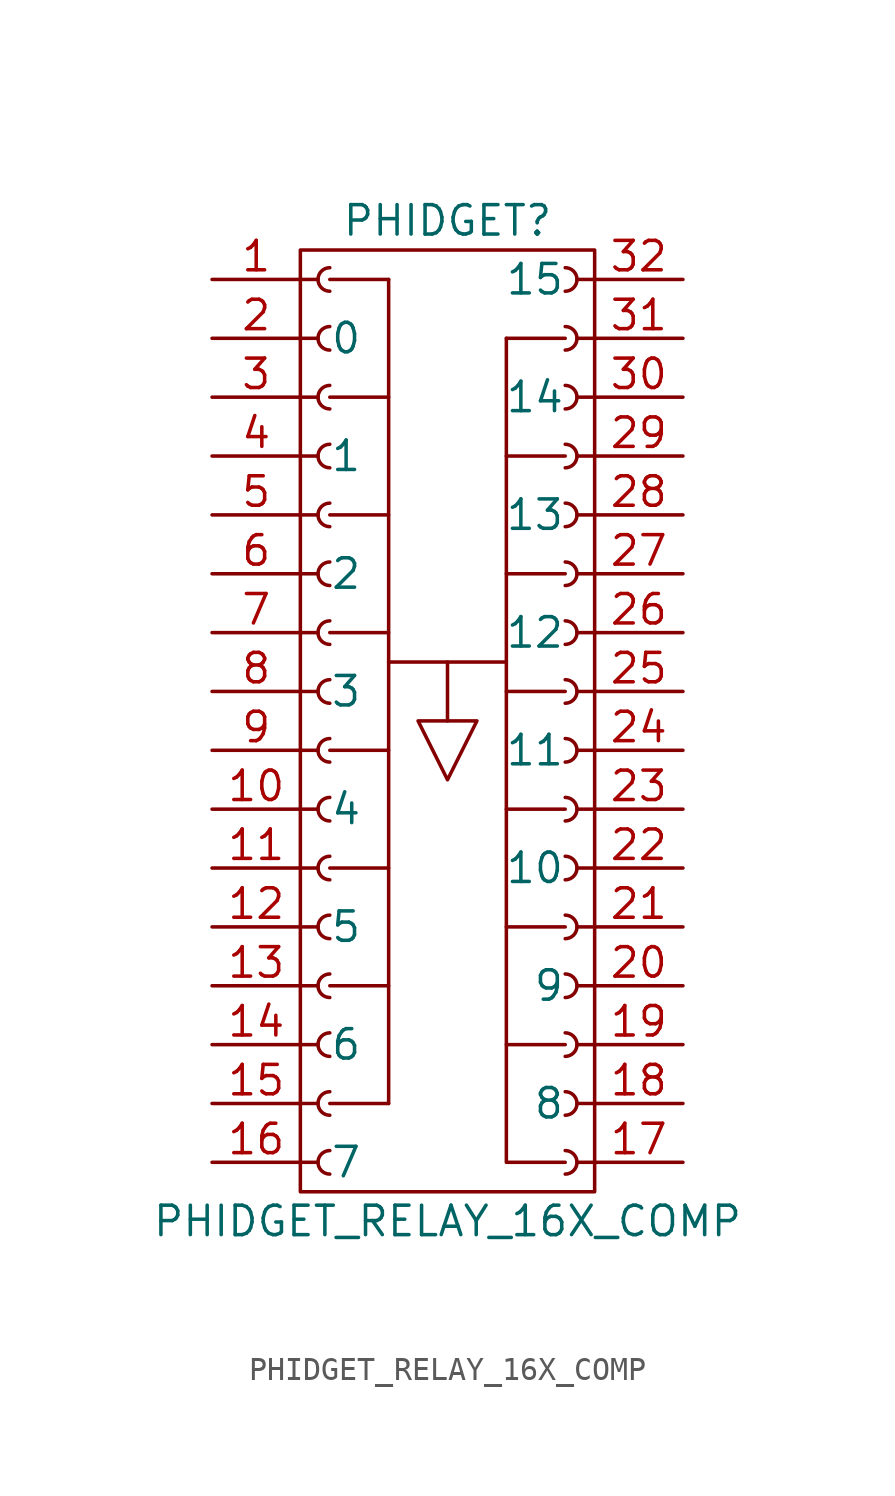
<source format=kicad_sym>
(kicad_symbol_lib
  (version 20211014)
  (generator kicad_symbol_editor)
  (symbol "PHIDGET_RELAY_16X_COMP"
    (pin_names
      (offset 1.27))
    (property "Reference" "PHIDGET"
      (at 0 19.05 0)
      (effects (font (size 1.27 1.27))))
    (property "Value" "PHIDGET_RELAY_16X_COMP"
      (at 0 -24.13 0)
      (effects (font (size 1.27 1.27))))
    (symbol "PHIDGET_RELAY_16X_COMP_0_1"
      (rectangle (start -6.35 17.78) (end 6.35 -22.86) (stroke (width 0) (type default) (color 0 0 0 0)) (fill (type none)))
      (polyline (pts (xy -5.08 -19.05) (xy -2.54 -19.05)) (stroke (width 0) (type default) (color 0 0 0 0)) (fill (type none)))
      (polyline (pts (xy -5.08 -13.97) (xy -2.54 -13.97)) (stroke (width 0) (type default) (color 0 0 0 0)) (fill (type none)))
      (polyline (pts (xy -5.08 -8.89) (xy -2.54 -8.89)) (stroke (width 0) (type default) (color 0 0 0 0)) (fill (type none)))
      (polyline (pts (xy -5.08 -3.81) (xy -2.54 -3.81)) (stroke (width 0) (type default) (color 0 0 0 0)) (fill (type none)))
      (polyline (pts (xy -5.08 1.27) (xy -2.54 1.27)) (stroke (width 0) (type default) (color 0 0 0 0)) (fill (type none)))
      (polyline (pts (xy -5.08 6.35) (xy -2.54 6.35)) (stroke (width 0) (type default) (color 0 0 0 0)) (fill (type none)))
      (polyline (pts (xy -5.08 11.43) (xy -2.54 11.43)) (stroke (width 0) (type default) (color 0 0 0 0)) (fill (type none)))
      (polyline (pts (xy -5.08 16.51) (xy -2.54 16.51)) (stroke (width 0) (type default) (color 0 0 0 0)) (fill (type none)))
      (polyline (pts (xy -2.54 0) (xy 2.54 0)) (stroke (width 0) (type default) (color 0 0 0 0)) (fill (type none)))
      (polyline (pts (xy -2.54 16.51) (xy -2.54 -19.05)) (stroke (width 0) (type default) (color 0 0 0 0)) (fill (type none)))
      (polyline (pts (xy 0 -2.54) (xy 0 0)) (stroke (width 0) (type default) (color 0 0 0 0)) (fill (type none)))
      (polyline (pts (xy 2.54 -16.51) (xy 5.08 -16.51)) (stroke (width 0) (type default) (color 0 0 0 0)) (fill (type none)))
      (polyline (pts (xy 2.54 -11.43) (xy 5.08 -11.43)) (stroke (width 0) (type default) (color 0 0 0 0)) (fill (type none)))
      (polyline (pts (xy 2.54 -6.35) (xy 5.08 -6.35)) (stroke (width 0) (type default) (color 0 0 0 0)) (fill (type none)))
      (polyline (pts (xy 2.54 -1.27) (xy 5.08 -1.27)) (stroke (width 0) (type default) (color 0 0 0 0)) (fill (type none)))
      (polyline (pts (xy 2.54 3.81) (xy 5.08 3.81)) (stroke (width 0) (type default) (color 0 0 0 0)) (fill (type none)))
      (polyline (pts (xy 2.54 8.89) (xy 5.08 8.89)) (stroke (width 0) (type default) (color 0 0 0 0)) (fill (type none)))
      (polyline (pts (xy 2.54 13.97) (xy 5.08 13.97)) (stroke (width 0) (type default) (color 0 0 0 0)) (fill (type none)))
      (polyline (pts (xy 2.54 13.97) (xy 2.54 -21.59) (xy 5.08 -21.59)) (stroke (width 0) (type default) (color 0 0 0 0)) (fill (type none)))
      (polyline (pts (xy -1.27 -2.54) (xy 1.27 -2.54) (xy 0 -5.08) (xy -1.27 -2.54)) (stroke (width 0) (type default) (color 0 0 0 0)) (fill (type none))))
    (symbol "PHIDGET_RELAY_16X_COMP_1_1"
      (arc (start -5.08 -21.082) (mid -5.588 -21.59) (end -5.08 -22.098) (stroke (width 0.1524) (type default) (color 0 0 0 0)) (fill (type none)))
      (arc (start -5.08 -18.542) (mid -5.588 -19.05) (end -5.08 -19.558) (stroke (width 0.1524) (type default) (color 0 0 0 0)) (fill (type none)))
      (arc (start -5.08 -16.002) (mid -5.588 -16.51) (end -5.08 -17.018) (stroke (width 0.1524) (type default) (color 0 0 0 0)) (fill (type none)))
      (arc (start -5.08 -13.462) (mid -5.588 -13.97) (end -5.08 -14.478) (stroke (width 0.1524) (type default) (color 0 0 0 0)) (fill (type none)))
      (arc (start -5.08 -10.922) (mid -5.588 -11.43) (end -5.08 -11.938) (stroke (width 0.1524) (type default) (color 0 0 0 0)) (fill (type none)))
      (arc (start -5.08 -8.382) (mid -5.588 -8.89) (end -5.08 -9.398) (stroke (width 0.1524) (type default) (color 0 0 0 0)) (fill (type none)))
      (arc (start -5.08 -5.842) (mid -5.588 -6.35) (end -5.08 -6.858) (stroke (width 0.1524) (type default) (color 0 0 0 0)) (fill (type none)))
      (arc (start -5.08 -3.302) (mid -5.588 -3.81) (end -5.08 -4.318) (stroke (width 0.1524) (type default) (color 0 0 0 0)) (fill (type none)))
      (arc (start -5.08 -0.762) (mid -5.588 -1.27) (end -5.08 -1.778) (stroke (width 0.1524) (type default) (color 0 0 0 0)) (fill (type none)))
      (arc (start -5.08 1.778) (mid -5.588 1.27) (end -5.08 0.762) (stroke (width 0.1524) (type default) (color 0 0 0 0)) (fill (type none)))
      (arc (start -5.08 4.318) (mid -5.588 3.81) (end -5.08 3.302) (stroke (width 0.1524) (type default) (color 0 0 0 0)) (fill (type none)))
      (arc (start -5.08 6.858) (mid -5.588 6.35) (end -5.08 5.842) (stroke (width 0.1524) (type default) (color 0 0 0 0)) (fill (type none)))
      (arc (start -5.08 9.398) (mid -5.588 8.89) (end -5.08 8.382) (stroke (width 0.1524) (type default) (color 0 0 0 0)) (fill (type none)))
      (arc (start -5.08 11.938) (mid -5.588 11.43) (end -5.08 10.922) (stroke (width 0.1524) (type default) (color 0 0 0 0)) (fill (type none)))
      (arc (start -5.08 14.478) (mid -5.588 13.97) (end -5.08 13.462) (stroke (width 0.1524) (type default) (color 0 0 0 0)) (fill (type none)))
      (arc (start -5.08 17.018) (mid -5.588 16.51) (end -5.08 16.002) (stroke (width 0.1524) (type default) (color 0 0 0 0)) (fill (type none)))
      (polyline (pts (xy -6.35 -21.59) (xy -5.588 -21.59)) (stroke (width 0.152) (type default) (color 0 0 0 0)) (fill (type none)))
      (polyline (pts (xy -6.35 -19.05) (xy -5.588 -19.05)) (stroke (width 0.152) (type default) (color 0 0 0 0)) (fill (type none)))
      (polyline (pts (xy -6.35 -16.51) (xy -5.588 -16.51)) (stroke (width 0.152) (type default) (color 0 0 0 0)) (fill (type none)))
      (polyline (pts (xy -6.35 -13.97) (xy -5.588 -13.97)) (stroke (width 0.152) (type default) (color 0 0 0 0)) (fill (type none)))
      (polyline (pts (xy -6.35 -11.43) (xy -5.588 -11.43)) (stroke (width 0.152) (type default) (color 0 0 0 0)) (fill (type none)))
      (polyline (pts (xy -6.35 -8.89) (xy -5.588 -8.89)) (stroke (width 0.152) (type default) (color 0 0 0 0)) (fill (type none)))
      (polyline (pts (xy -6.35 -6.35) (xy -5.588 -6.35)) (stroke (width 0.152) (type default) (color 0 0 0 0)) (fill (type none)))
      (polyline (pts (xy -6.35 -3.81) (xy -5.588 -3.81)) (stroke (width 0.152) (type default) (color 0 0 0 0)) (fill (type none)))
      (polyline (pts (xy -6.35 -1.27) (xy -5.588 -1.27)) (stroke (width 0.152) (type default) (color 0 0 0 0)) (fill (type none)))
      (polyline (pts (xy -6.35 1.27) (xy -5.588 1.27)) (stroke (width 0.152) (type default) (color 0 0 0 0)) (fill (type none)))
      (polyline (pts (xy -6.35 3.81) (xy -5.588 3.81)) (stroke (width 0.152) (type default) (color 0 0 0 0)) (fill (type none)))
      (polyline (pts (xy -6.35 6.35) (xy -5.588 6.35)) (stroke (width 0.152) (type default) (color 0 0 0 0)) (fill (type none)))
      (polyline (pts (xy -6.35 8.89) (xy -5.588 8.89)) (stroke (width 0.152) (type default) (color 0 0 0 0)) (fill (type none)))
      (polyline (pts (xy -6.35 11.43) (xy -5.588 11.43)) (stroke (width 0.152) (type default) (color 0 0 0 0)) (fill (type none)))
      (polyline (pts (xy -6.35 13.97) (xy -5.588 13.97)) (stroke (width 0.152) (type default) (color 0 0 0 0)) (fill (type none)))
      (polyline (pts (xy -6.35 16.51) (xy -5.588 16.51)) (stroke (width 0.152) (type default) (color 0 0 0 0)) (fill (type none)))
      (polyline (pts (xy 6.35 -21.59) (xy 5.588 -21.59)) (stroke (width 0.152) (type default) (color 0 0 0 0)) (fill (type none)))
      (polyline (pts (xy 6.35 -19.05) (xy 5.588 -19.05)) (stroke (width 0.152) (type default) (color 0 0 0 0)) (fill (type none)))
      (polyline (pts (xy 6.35 -16.51) (xy 5.588 -16.51)) (stroke (width 0.152) (type default) (color 0 0 0 0)) (fill (type none)))
      (polyline (pts (xy 6.35 -13.97) (xy 5.588 -13.97)) (stroke (width 0.152) (type default) (color 0 0 0 0)) (fill (type none)))
      (polyline (pts (xy 6.35 -11.43) (xy 5.588 -11.43)) (stroke (width 0.152) (type default) (color 0 0 0 0)) (fill (type none)))
      (polyline (pts (xy 6.35 -8.89) (xy 5.588 -8.89)) (stroke (width 0.152) (type default) (color 0 0 0 0)) (fill (type none)))
      (polyline (pts (xy 6.35 -6.35) (xy 5.588 -6.35)) (stroke (width 0.152) (type default) (color 0 0 0 0)) (fill (type none)))
      (polyline (pts (xy 6.35 -3.81) (xy 5.588 -3.81)) (stroke (width 0.152) (type default) (color 0 0 0 0)) (fill (type none)))
      (polyline (pts (xy 6.35 -1.27) (xy 5.588 -1.27)) (stroke (width 0.152) (type default) (color 0 0 0 0)) (fill (type none)))
      (polyline (pts (xy 6.35 1.27) (xy 5.588 1.27)) (stroke (width 0.152) (type default) (color 0 0 0 0)) (fill (type none)))
      (polyline (pts (xy 6.35 3.81) (xy 5.588 3.81)) (stroke (width 0.152) (type default) (color 0 0 0 0)) (fill (type none)))
      (polyline (pts (xy 6.35 6.35) (xy 5.588 6.35)) (stroke (width 0.152) (type default) (color 0 0 0 0)) (fill (type none)))
      (polyline (pts (xy 6.35 8.89) (xy 5.588 8.89)) (stroke (width 0.152) (type default) (color 0 0 0 0)) (fill (type none)))
      (polyline (pts (xy 6.35 11.43) (xy 5.588 11.43)) (stroke (width 0.152) (type default) (color 0 0 0 0)) (fill (type none)))
      (polyline (pts (xy 6.35 13.97) (xy 5.588 13.97)) (stroke (width 0.152) (type default) (color 0 0 0 0)) (fill (type none)))
      (polyline (pts (xy 6.35 16.51) (xy 5.588 16.51)) (stroke (width 0.152) (type default) (color 0 0 0 0)) (fill (type none)))
      (arc (start 5.08 -22.098) (mid 5.588 -21.59) (end 5.08 -21.082) (stroke (width 0.1524) (type default) (color 0 0 0 0)) (fill (type none)))
      (arc (start 5.08 -19.558) (mid 5.588 -19.05) (end 5.08 -18.542) (stroke (width 0.1524) (type default) (color 0 0 0 0)) (fill (type none)))
      (arc (start 5.08 -17.018) (mid 5.588 -16.51) (end 5.08 -16.002) (stroke (width 0.1524) (type default) (color 0 0 0 0)) (fill (type none)))
      (arc (start 5.08 -14.478) (mid 5.588 -13.97) (end 5.08 -13.462) (stroke (width 0.1524) (type default) (color 0 0 0 0)) (fill (type none)))
      (arc (start 5.08 -11.938) (mid 5.588 -11.43) (end 5.08 -10.922) (stroke (width 0.1524) (type default) (color 0 0 0 0)) (fill (type none)))
      (arc (start 5.08 -9.398) (mid 5.588 -8.89) (end 5.08 -8.382) (stroke (width 0.1524) (type default) (color 0 0 0 0)) (fill (type none)))
      (arc (start 5.08 -6.858) (mid 5.588 -6.35) (end 5.08 -5.842) (stroke (width 0.1524) (type default) (color 0 0 0 0)) (fill (type none)))
      (arc (start 5.08 -4.318) (mid 5.588 -3.81) (end 5.08 -3.302) (stroke (width 0.1524) (type default) (color 0 0 0 0)) (fill (type none)))
      (arc (start 5.08 -1.778) (mid 5.588 -1.27) (end 5.08 -0.762) (stroke (width 0.1524) (type default) (color 0 0 0 0)) (fill (type none)))
      (arc (start 5.08 0.762) (mid 5.588 1.27) (end 5.08 1.778) (stroke (width 0.1524) (type default) (color 0 0 0 0)) (fill (type none)))
      (arc (start 5.08 3.302) (mid 5.588 3.81) (end 5.08 4.318) (stroke (width 0.1524) (type default) (color 0 0 0 0)) (fill (type none)))
      (arc (start 5.08 5.842) (mid 5.588 6.35) (end 5.08 6.858) (stroke (width 0.1524) (type default) (color 0 0 0 0)) (fill (type none)))
      (arc (start 5.08 8.382) (mid 5.588 8.89) (end 5.08 9.398) (stroke (width 0.1524) (type default) (color 0 0 0 0)) (fill (type none)))
      (arc (start 5.08 10.922) (mid 5.588 11.43) (end 5.08 11.938) (stroke (width 0.1524) (type default) (color 0 0 0 0)) (fill (type none)))
      (arc (start 5.08 13.462) (mid 5.588 13.97) (end 5.08 14.478) (stroke (width 0.1524) (type default) (color 0 0 0 0)) (fill (type none)))
      (arc (start 5.08 16.002) (mid 5.588 16.51) (end 5.08 17.018) (stroke (width 0.1524) (type default) (color 0 0 0 0)) (fill (type none)))
      (pin passive line (at -10.16 16.51 0) (length 3.81) (name "~" (effects (font (size 1.27 1.27)))) (number "1" (effects (font (size 1.27 1.27)))))
      (pin passive line (at -10.16 -6.35 0) (length 3.81) (name "4" (effects (font (size 1.27 1.27)))) (number "10" (effects (font (size 1.27 1.27)))))
      (pin passive line (at -10.16 -8.89 0) (length 3.81) (name "~" (effects (font (size 1.27 1.27)))) (number "11" (effects (font (size 1.27 1.27)))))
      (pin passive line (at -10.16 -11.43 0) (length 3.81) (name "5" (effects (font (size 1.27 1.27)))) (number "12" (effects (font (size 1.27 1.27)))))
      (pin passive line (at -10.16 -13.97 0) (length 3.81) (name "~" (effects (font (size 1.27 1.27)))) (number "13" (effects (font (size 1.27 1.27)))))
      (pin passive line (at -10.16 -16.51 0) (length 3.81) (name "6" (effects (font (size 1.27 1.27)))) (number "14" (effects (font (size 1.27 1.27)))))
      (pin passive line (at -10.16 -19.05 0) (length 3.81) (name "~" (effects (font (size 1.27 1.27)))) (number "15" (effects (font (size 1.27 1.27)))))
      (pin passive line (at -10.16 -21.59 0) (length 3.81) (name "7" (effects (font (size 1.27 1.27)))) (number "16" (effects (font (size 1.27 1.27)))))
      (pin passive line (at 10.16 -21.59 180) (length 3.81) (name "~" (effects (font (size 1.27 1.27)))) (number "17" (effects (font (size 1.27 1.27)))))
      (pin passive line (at 10.16 -19.05 180) (length 3.81) (name "8" (effects (font (size 1.27 1.27)))) (number "18" (effects (font (size 1.27 1.27)))))
      (pin passive line (at 10.16 -16.51 180) (length 3.81) (name "~" (effects (font (size 1.27 1.27)))) (number "19" (effects (font (size 1.27 1.27)))))
      (pin passive line (at -10.16 13.97 0) (length 3.81) (name "0" (effects (font (size 1.27 1.27)))) (number "2" (effects (font (size 1.27 1.27)))))
      (pin passive line (at 10.16 -13.97 180) (length 3.81) (name "9" (effects (font (size 1.27 1.27)))) (number "20" (effects (font (size 1.27 1.27)))))
      (pin passive line (at 10.16 -11.43 180) (length 3.81) (name "~" (effects (font (size 1.27 1.27)))) (number "21" (effects (font (size 1.27 1.27)))))
      (pin passive line (at 10.16 -8.89 180) (length 3.81) (name "10" (effects (font (size 1.27 1.27)))) (number "22" (effects (font (size 1.27 1.27)))))
      (pin passive line (at 10.16 -6.35 180) (length 3.81) (name "~" (effects (font (size 1.27 1.27)))) (number "23" (effects (font (size 1.27 1.27)))))
      (pin passive line (at 10.16 -3.81 180) (length 3.81) (name "11" (effects (font (size 1.27 1.27)))) (number "24" (effects (font (size 1.27 1.27)))))
      (pin passive line (at 10.16 -1.27 180) (length 3.81) (name "~" (effects (font (size 1.27 1.27)))) (number "25" (effects (font (size 1.27 1.27)))))
      (pin passive line (at 10.16 1.27 180) (length 3.81) (name "12" (effects (font (size 1.27 1.27)))) (number "26" (effects (font (size 1.27 1.27)))))
      (pin passive line (at 10.16 3.81 180) (length 3.81) (name "~" (effects (font (size 1.27 1.27)))) (number "27" (effects (font (size 1.27 1.27)))))
      (pin passive line (at 10.16 6.35 180) (length 3.81) (name "13" (effects (font (size 1.27 1.27)))) (number "28" (effects (font (size 1.27 1.27)))))
      (pin passive line (at 10.16 8.89 180) (length 3.81) (name "~" (effects (font (size 1.27 1.27)))) (number "29" (effects (font (size 1.27 1.27)))))
      (pin passive line (at -10.16 11.43 0) (length 3.81) (name "~" (effects (font (size 1.27 1.27)))) (number "3" (effects (font (size 1.27 1.27)))))
      (pin passive line (at 10.16 11.43 180) (length 3.81) (name "14" (effects (font (size 1.27 1.27)))) (number "30" (effects (font (size 1.27 1.27)))))
      (pin passive line (at 10.16 13.97 180) (length 3.81) (name "~" (effects (font (size 1.27 1.27)))) (number "31" (effects (font (size 1.27 1.27)))))
      (pin passive line (at 10.16 16.51 180) (length 3.81) (name "15" (effects (font (size 1.27 1.27)))) (number "32" (effects (font (size 1.27 1.27)))))
      (pin passive line (at -10.16 8.89 0) (length 3.81) (name "1" (effects (font (size 1.27 1.27)))) (number "4" (effects (font (size 1.27 1.27)))))
      (pin passive line (at -10.16 6.35 0) (length 3.81) (name "~" (effects (font (size 1.27 1.27)))) (number "5" (effects (font (size 1.27 1.27)))))
      (pin passive line (at -10.16 3.81 0) (length 3.81) (name "2" (effects (font (size 1.27 1.27)))) (number "6" (effects (font (size 1.27 1.27)))))
      (pin passive line (at -10.16 1.27 0) (length 3.81) (name "~" (effects (font (size 1.27 1.27)))) (number "7" (effects (font (size 1.27 1.27)))))
      (pin passive line (at -10.16 -1.27 0) (length 3.81) (name "3" (effects (font (size 1.27 1.27)))) (number "8" (effects (font (size 1.27 1.27)))))
      (pin passive line (at -10.16 -3.81 0) (length 3.81) (name "~" (effects (font (size 1.27 1.27)))) (number "9" (effects (font (size 1.27 1.27))))))))
</source>
